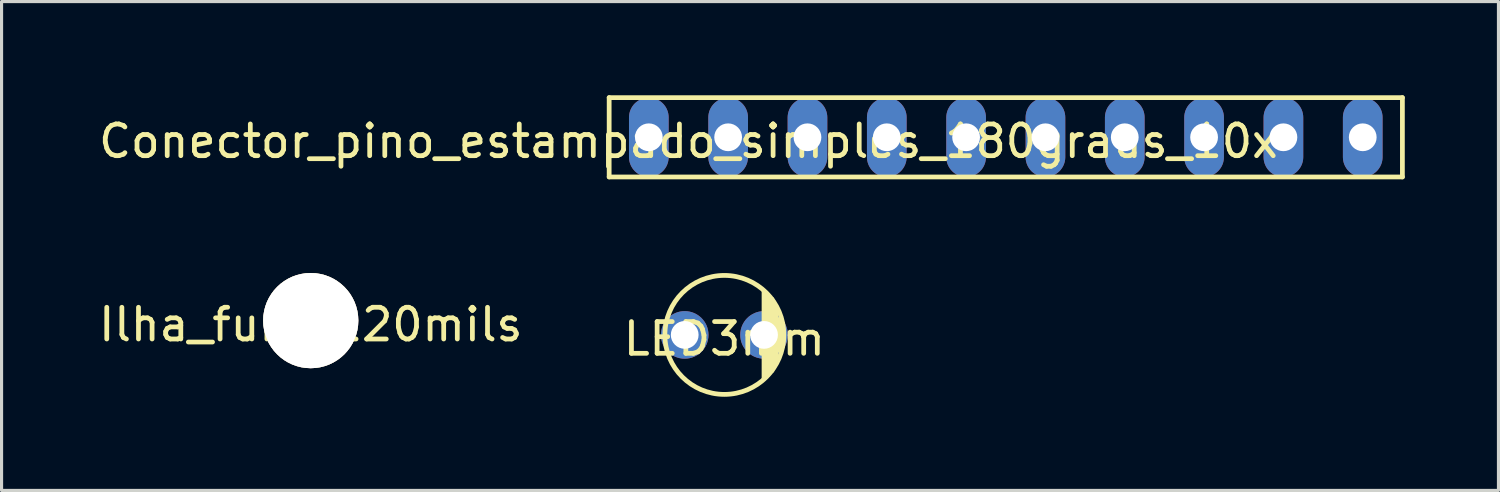
<source format=kicad_pcb>
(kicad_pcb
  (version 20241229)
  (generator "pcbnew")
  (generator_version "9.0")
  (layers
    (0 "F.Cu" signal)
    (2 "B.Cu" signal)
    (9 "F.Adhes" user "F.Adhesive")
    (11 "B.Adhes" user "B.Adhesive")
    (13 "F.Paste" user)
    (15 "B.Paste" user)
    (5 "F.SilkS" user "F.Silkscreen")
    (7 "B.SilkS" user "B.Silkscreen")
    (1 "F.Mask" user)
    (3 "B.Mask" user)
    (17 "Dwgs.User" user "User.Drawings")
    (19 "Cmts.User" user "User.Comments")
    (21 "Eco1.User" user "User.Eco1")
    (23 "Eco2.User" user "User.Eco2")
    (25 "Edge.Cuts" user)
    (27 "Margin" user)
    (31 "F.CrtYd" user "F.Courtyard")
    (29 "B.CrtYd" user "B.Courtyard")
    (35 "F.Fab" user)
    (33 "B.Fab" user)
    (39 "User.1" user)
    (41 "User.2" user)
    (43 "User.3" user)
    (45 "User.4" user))
  (footprint "LED3mm"
    (layer "F.Cu")
    (at 18.875 7.674)
    (property "Reference" "LED3mm" (at 1.27 0.127 0) (layer "F.SilkS") (effects (font (size 1.016 1.016) (thickness 0.152))))
    (attr through_hole)
    (fp_line (start 2.54 -1.397) (end 2.54 1.397) (stroke (width 0.152) (type solid)) (layer "F.SilkS"))
    (fp_line (start 2.667 -1.27) (end 2.667 1.27) (stroke (width 0.152) (type solid)) (layer "F.SilkS"))
    (fp_line (start 2.794 -1.143) (end 2.794 1.143) (stroke (width 0.152) (type solid)) (layer "F.SilkS"))
    (fp_line (start 2.921 -0.889) (end 2.921 0.889) (stroke (width 0.152) (type solid)) (layer "F.SilkS"))
    (fp_line (start 3.048 -0.508) (end 3.048 0.508) (stroke (width 0.152) (type solid)) (layer "F.SilkS"))
    (fp_circle (center 1.27 0) (end 3.175 0) (stroke (width 0.152) (type solid)) (fill no) (layer "F.SilkS"))
    (pad "A" thru_hole circle (at 0 0) (size 1.524 1.524) (drill 0.889) (layers "*.Cu" "*.Mask"))
    (pad "K" thru_hole circle (at 2.54 0) (size 1.524 1.524) (drill 0.889) (layers "*.Cu" "*.Mask")))
  (footprint "Ilha_furo_120mils"
    (layer "F.Cu")
    (at 6.9 7.216)
    (property "Reference" "Ilha_furo_120mils" (at 0 0.127 0) (layer "F.SilkS") (effects (font (size 1.016 1.016) (thickness 0.152))))
    (attr through_hole)
    (pad "1" thru_hole circle (at 0 0) (size 3.048 3.048) (drill 3.048) (layers "*.Cu" "*.Mask" "F.SilkS")))
  (footprint "Conector_pino_estampado_simples_180graus_10x"
    (layer "F.Cu")
    (at 17.726 1.346)
    (property "Reference" "Conector_pino_estampado_simples_180graus_10x" (at 1.27 0.127 0) (layer "F.SilkS") (effects (font (size 1.016 1.016) (thickness 0.152))))
    (attr through_hole)
    (fp_line (start -1.27 -1.27) (end 24.13 -1.27) (stroke (width 0.152) (type solid)) (layer "F.SilkS"))
    (fp_line (start -1.27 1.27) (end -1.27 -1.27) (stroke (width 0.152) (type solid)) (layer "F.SilkS"))
    (fp_line (start 24.13 -1.27) (end 24.13 1.27) (stroke (width 0.152) (type solid)) (layer "F.SilkS"))
    (fp_line (start 24.13 1.27) (end -1.27 1.27) (stroke (width 0.152) (type solid)) (layer "F.SilkS"))
    (pad "1" thru_hole oval (at 0 0) (size 1.27 2.54) (drill 0.889) (layers "*.Cu" "*.Mask"))
    (pad "2" thru_hole oval (at 2.54 0) (size 1.27 2.54) (drill 0.889) (layers "*.Cu" "*.Mask"))
    (pad "3" thru_hole oval (at 5.08 0) (size 1.27 2.54) (drill 0.889) (layers "*.Cu" "*.Mask"))
    (pad "4" thru_hole oval (at 7.62 0) (size 1.27 2.54) (drill 0.889) (layers "*.Cu" "*.Mask"))
    (pad "5" thru_hole oval (at 10.16 0) (size 1.27 2.54) (drill 0.889) (layers "*.Cu" "*.Mask"))
    (pad "6" thru_hole oval (at 12.7 0) (size 1.27 2.54) (drill 0.889) (layers "*.Cu" "*.Mask"))
    (pad "7" thru_hole oval (at 15.24 0) (size 1.27 2.54) (drill 0.889) (layers "*.Cu" "*.Mask"))
    (pad "8" thru_hole oval (at 17.78 0) (size 1.27 2.54) (drill 0.889) (layers "*.Cu" "*.Mask"))
    (pad "9" thru_hole oval (at 20.32 0) (size 1.27 2.54) (drill 0.889) (layers "*.Cu" "*.Mask"))
    (pad "10" thru_hole oval (at 22.86 0) (size 1.27 2.54) (drill 0.889) (layers "*.Cu" "*.Mask")))
  (gr_rect
    (start -3 -3)
    (end 44.932 12.655)
    (stroke (width 0.1) (type default))
    (fill no)
    (layer "Edge.Cuts")))
</source>
